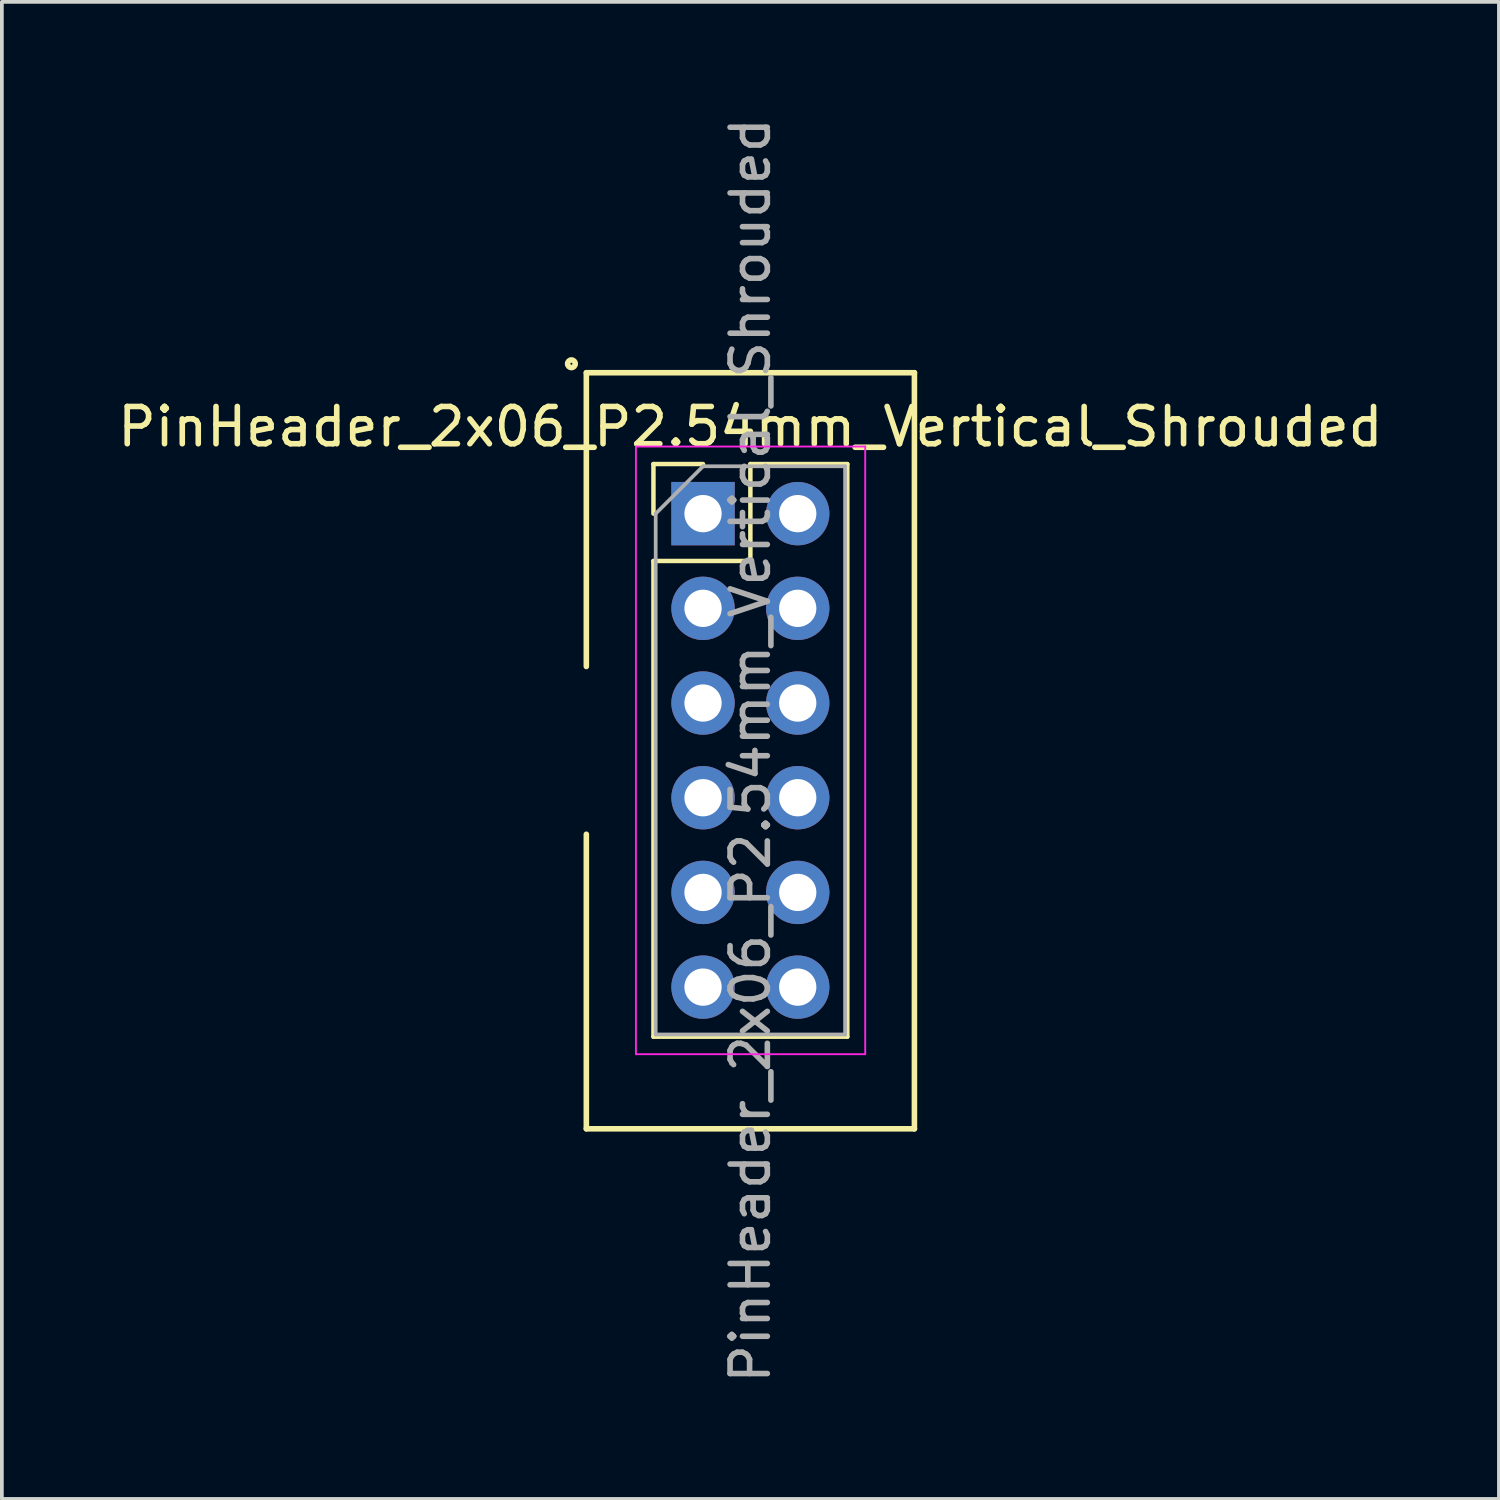
<source format=kicad_pcb>
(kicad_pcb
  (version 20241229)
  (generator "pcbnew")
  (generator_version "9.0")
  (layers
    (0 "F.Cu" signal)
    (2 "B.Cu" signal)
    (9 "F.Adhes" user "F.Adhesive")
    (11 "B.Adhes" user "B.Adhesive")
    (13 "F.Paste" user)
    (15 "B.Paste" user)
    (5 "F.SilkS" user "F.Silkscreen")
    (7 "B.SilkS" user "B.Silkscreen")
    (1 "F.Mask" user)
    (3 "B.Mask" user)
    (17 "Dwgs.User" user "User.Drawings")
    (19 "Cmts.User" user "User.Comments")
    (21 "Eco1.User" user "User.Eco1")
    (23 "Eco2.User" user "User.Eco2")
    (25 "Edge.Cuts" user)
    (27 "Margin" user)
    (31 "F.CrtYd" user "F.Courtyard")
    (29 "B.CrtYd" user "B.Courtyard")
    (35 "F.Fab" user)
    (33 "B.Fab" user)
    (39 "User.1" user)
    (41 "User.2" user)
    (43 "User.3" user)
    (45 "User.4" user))
  (footprint "PinHeader_2x06_P2.54mm_Vertical_Shrouded"
    (layer "F.Cu")
    (at 15.807 10.727)
    (property "Reference" "PinHeader_2x06_P2.54mm_Vertical_Shrouded" (at 1.27 -2.33 0) (layer "F.SilkS") (effects (font (size 1 1) (thickness 0.15))))
    (attr through_hole)
    (fp_line (start -3.13 -3.78) (end -3.13 4.1) (stroke (width 0.15) (type solid)) (layer "F.SilkS"))
    (fp_line (start -3.13 -3.78) (end 5.67 -3.78) (stroke (width 0.15) (type solid)) (layer "F.SilkS"))
    (fp_line (start -3.13 8.6) (end -3.13 16.5) (stroke (width 0.15) (type solid)) (layer "F.SilkS"))
    (fp_line (start -3.13 16.5) (end 5.67 16.5) (stroke (width 0.15) (type solid)) (layer "F.SilkS"))
    (fp_line (start -1.33 -1.33) (end 0 -1.33) (stroke (width 0.12) (type solid)) (layer "F.SilkS"))
    (fp_line (start -1.33 0) (end -1.33 -1.33) (stroke (width 0.12) (type solid)) (layer "F.SilkS"))
    (fp_line (start -1.33 1.27) (end -1.33 14.03) (stroke (width 0.12) (type solid)) (layer "F.SilkS"))
    (fp_line (start -1.33 1.27) (end 1.27 1.27) (stroke (width 0.12) (type solid)) (layer "F.SilkS"))
    (fp_line (start -1.33 14.03) (end 3.87 14.03) (stroke (width 0.12) (type solid)) (layer "F.SilkS"))
    (fp_line (start 1.27 -1.33) (end 3.87 -1.33) (stroke (width 0.12) (type solid)) (layer "F.SilkS"))
    (fp_line (start 1.27 1.27) (end 1.27 -1.33) (stroke (width 0.12) (type solid)) (layer "F.SilkS"))
    (fp_line (start 3.87 -1.33) (end 3.87 14.03) (stroke (width 0.12) (type solid)) (layer "F.SilkS"))
    (fp_line (start 5.67 -3.78) (end 5.67 16.5) (stroke (width 0.15) (type solid)) (layer "F.SilkS"))
    (fp_circle (center -3.53 -4.02) (end -3.428 -4.02) (stroke (width 0.15) (type solid)) (fill no) (layer "F.SilkS"))
    (fp_line (start -1.8 -1.8) (end -1.8 14.5) (stroke (width 0.05) (type solid)) (layer "F.CrtYd"))
    (fp_line (start -1.8 14.5) (end 4.35 14.5) (stroke (width 0.05) (type solid)) (layer "F.CrtYd"))
    (fp_line (start 4.35 -1.8) (end -1.8 -1.8) (stroke (width 0.05) (type solid)) (layer "F.CrtYd"))
    (fp_line (start 4.35 14.5) (end 4.35 -1.8) (stroke (width 0.05) (type solid)) (layer "F.CrtYd"))
    (fp_line (start -1.27 0) (end 0 -1.27) (stroke (width 0.1) (type solid)) (layer "F.Fab"))
    (fp_line (start -1.27 13.97) (end -1.27 0) (stroke (width 0.1) (type solid)) (layer "F.Fab"))
    (fp_line (start 0 -1.27) (end 3.81 -1.27) (stroke (width 0.1) (type solid)) (layer "F.Fab"))
    (fp_line (start 3.81 -1.27) (end 3.81 13.97) (stroke (width 0.1) (type solid)) (layer "F.Fab"))
    (fp_line (start 3.81 13.97) (end -1.27 13.97) (stroke (width 0.1) (type solid)) (layer "F.Fab"))
    (fp_text user "${REFERENCE}" (at 1.27 6.35 90) (layer "F.Fab") (effects (font (size 1 1) (thickness 0.15))))
    (pad "1" thru_hole rect (at 0 0) (size 1.7 1.7) (drill 1) (layers "*.Cu" "*.Mask"))
    (pad "2" thru_hole oval (at 2.54 0) (size 1.7 1.7) (drill 1) (layers "*.Cu" "*.Mask"))
    (pad "3" thru_hole oval (at 0 2.54) (size 1.7 1.7) (drill 1) (layers "*.Cu" "*.Mask"))
    (pad "4" thru_hole oval (at 2.54 2.54) (size 1.7 1.7) (drill 1) (layers "*.Cu" "*.Mask"))
    (pad "5" thru_hole oval (at 0 5.08) (size 1.7 1.7) (drill 1) (layers "*.Cu" "*.Mask"))
    (pad "6" thru_hole oval (at 2.54 5.08) (size 1.7 1.7) (drill 1) (layers "*.Cu" "*.Mask"))
    (pad "7" thru_hole oval (at 0 7.62) (size 1.7 1.7) (drill 1) (layers "*.Cu" "*.Mask"))
    (pad "8" thru_hole oval (at 2.54 7.62) (size 1.7 1.7) (drill 1) (layers "*.Cu" "*.Mask"))
    (pad "9" thru_hole oval (at 0 10.16) (size 1.7 1.7) (drill 1) (layers "*.Cu" "*.Mask"))
    (pad "10" thru_hole oval (at 2.54 10.16) (size 1.7 1.7) (drill 1) (layers "*.Cu" "*.Mask"))
    (pad "11" thru_hole oval (at 0 12.7) (size 1.7 1.7) (drill 1) (layers "*.Cu" "*.Mask"))
    (pad "12" thru_hole oval (at 2.54 12.7) (size 1.7 1.7) (drill 1) (layers "*.Cu" "*.Mask")))
  (gr_rect
    (start -3 -3)
    (end 37.155 37.155)
    (stroke (width 0.1) (type default))
    (fill no)
    (layer "Edge.Cuts")))
</source>
